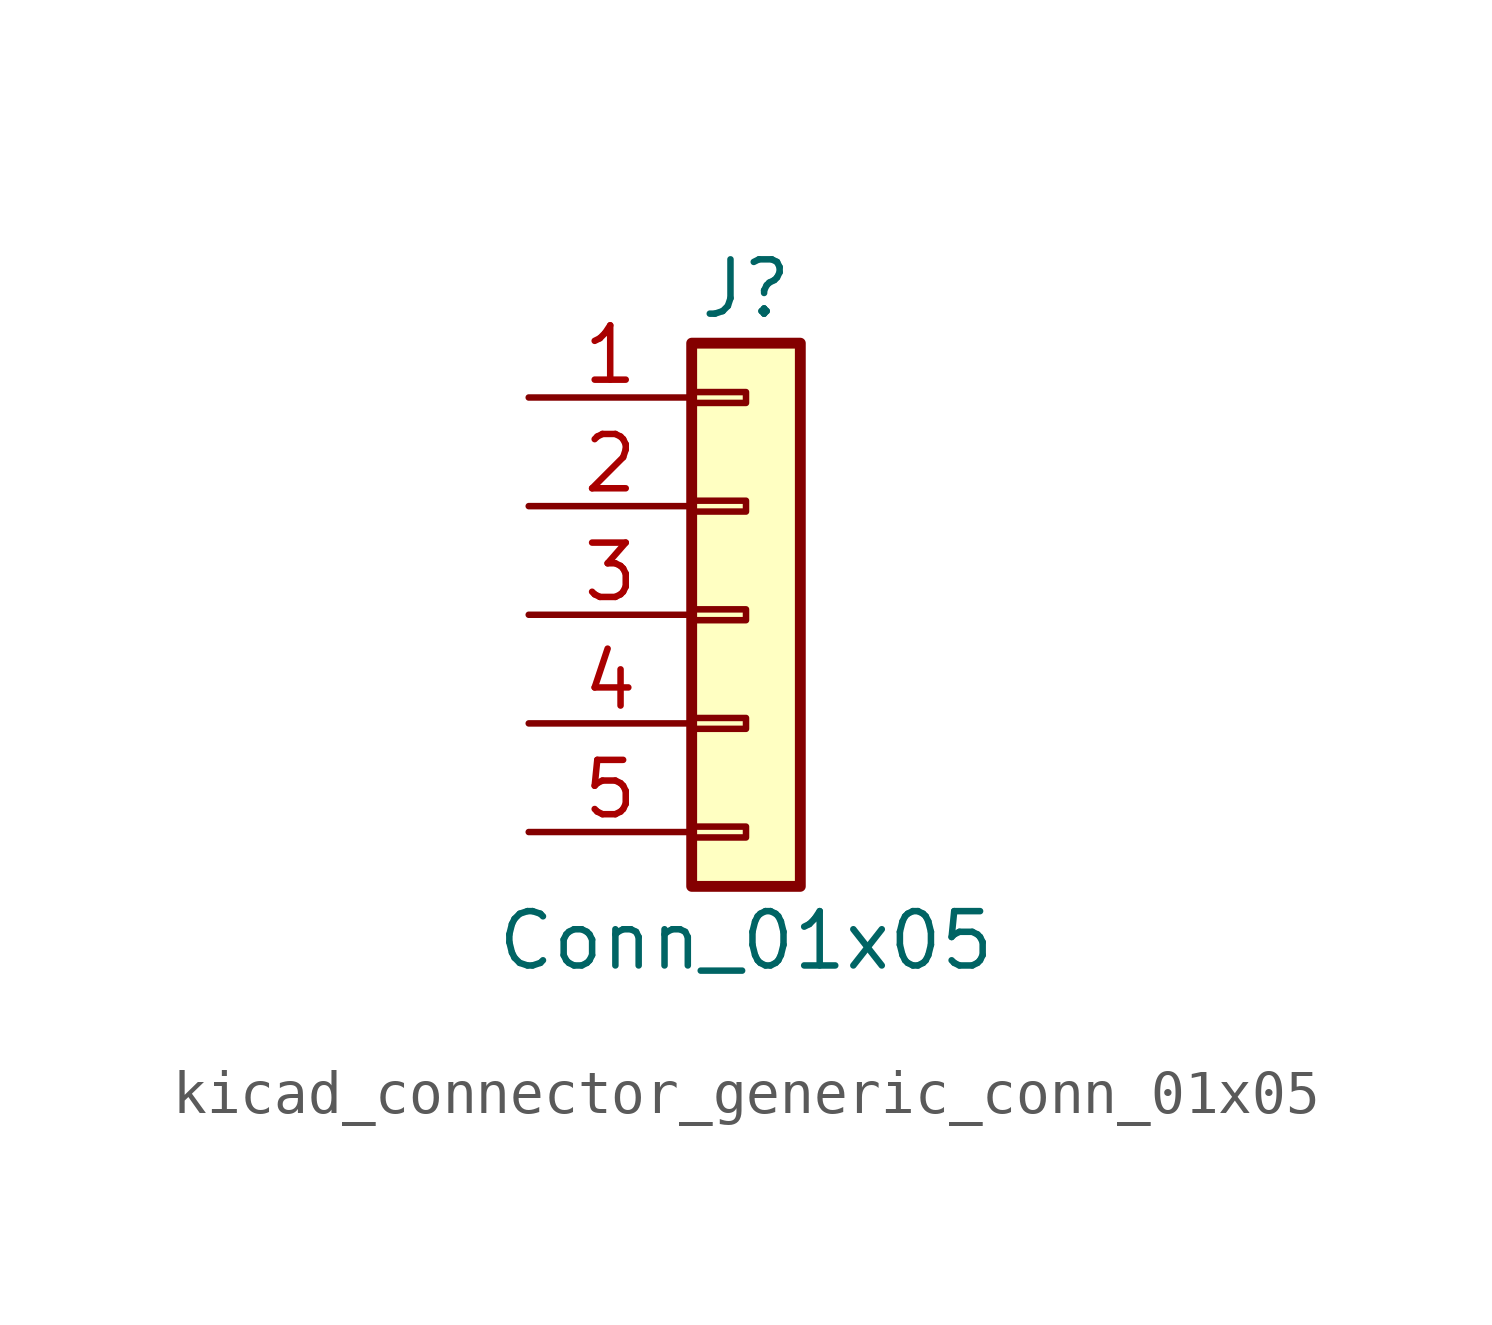
<source format=kicad_sym>
(kicad_symbol_lib
  (version 20220914)
  (generator kicad_symbol_editor)
  (symbol "kicad_connector_generic_conn_01x05"
    (pin_names
      (offset 1.016) hide)
    (property "Reference" "J"
      (at 0 7.62 0)
      (effects (font (size 1.27 1.27))))
    (property "Value" "Conn_01x05"
      (at 0 -7.62 0)
      (effects (font (size 1.27 1.27))))
    (symbol "kicad_connector_generic_conn_01x05_1_1"
      (rectangle (start -1.27 -4.953) (end 0 -5.207) (stroke (width 0.152) (type default)) (fill (type none)))
      (rectangle (start -1.27 -2.413) (end 0 -2.667) (stroke (width 0.152) (type default)) (fill (type none)))
      (rectangle (start -1.27 0.127) (end 0 -0.127) (stroke (width 0.152) (type default)) (fill (type none)))
      (rectangle (start -1.27 2.667) (end 0 2.413) (stroke (width 0.152) (type default)) (fill (type none)))
      (rectangle (start -1.27 5.207) (end 0 4.953) (stroke (width 0.152) (type default)) (fill (type none)))
      (rectangle (start -1.27 6.35) (end 1.27 -6.35) (stroke (width 0.254) (type default)) (fill (type background)))
      (pin passive line (at -5.08 5.08 0) (length 3.81) (name "Pin_1" (effects (font (size 1.27 1.27)))) (number "1" (effects (font (size 1.27 1.27)))))
      (pin passive line (at -5.08 2.54 0) (length 3.81) (name "Pin_2" (effects (font (size 1.27 1.27)))) (number "2" (effects (font (size 1.27 1.27)))))
      (pin passive line (at -5.08 0 0) (length 3.81) (name "Pin_3" (effects (font (size 1.27 1.27)))) (number "3" (effects (font (size 1.27 1.27)))))
      (pin passive line (at -5.08 -2.54 0) (length 3.81) (name "Pin_4" (effects (font (size 1.27 1.27)))) (number "4" (effects (font (size 1.27 1.27)))))
      (pin passive line (at -5.08 -5.08 0) (length 3.81) (name "Pin_5" (effects (font (size 1.27 1.27)))) (number "5" (effects (font (size 1.27 1.27))))))))
</source>
